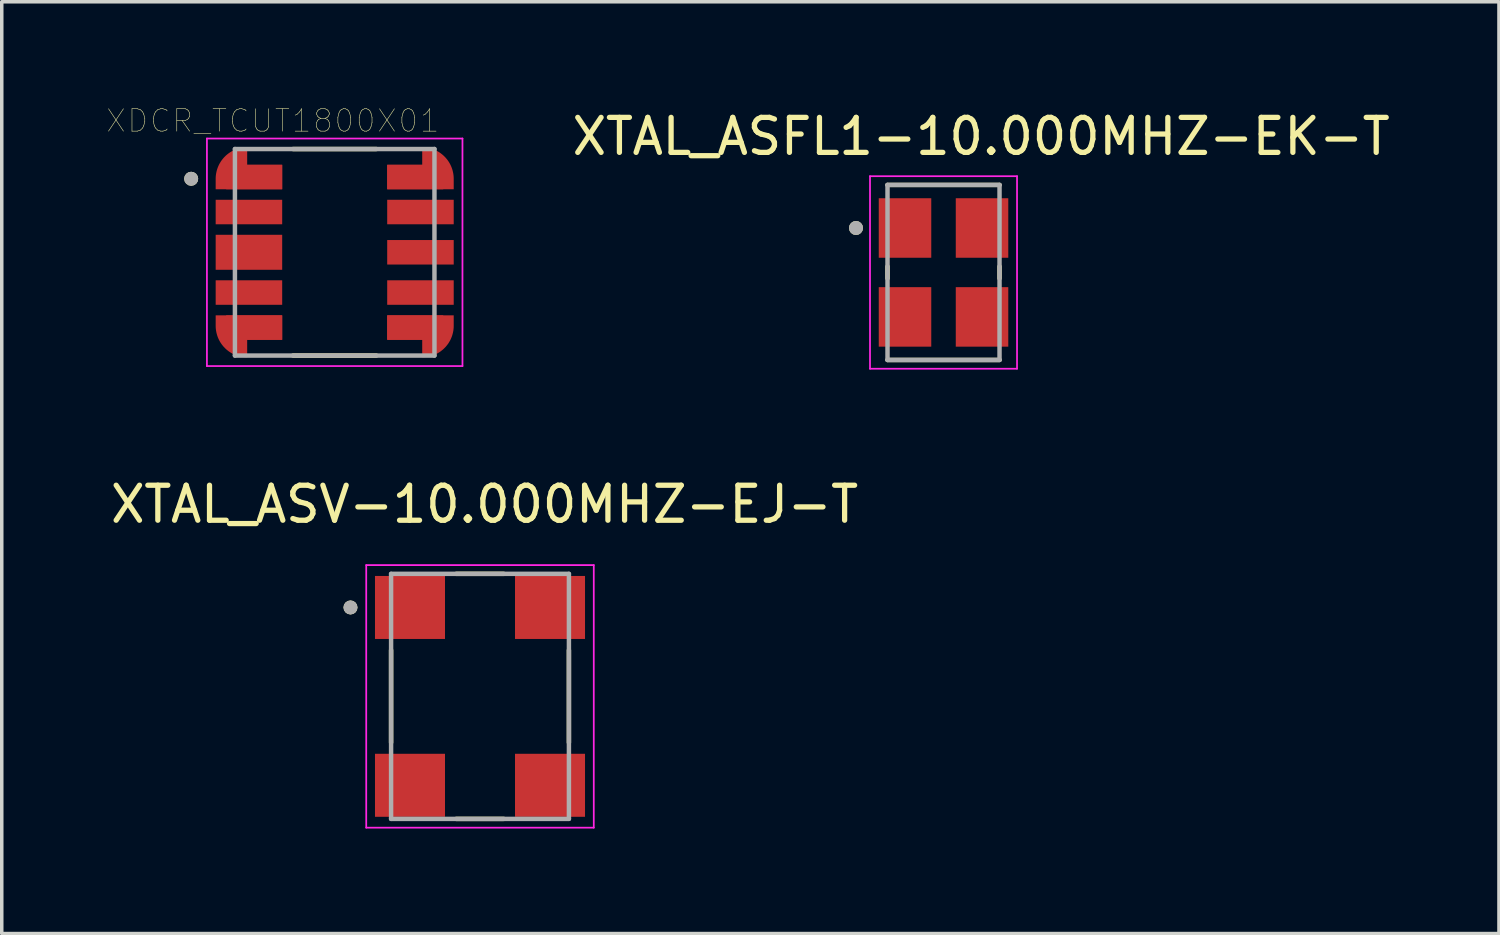
<source format=kicad_pcb>
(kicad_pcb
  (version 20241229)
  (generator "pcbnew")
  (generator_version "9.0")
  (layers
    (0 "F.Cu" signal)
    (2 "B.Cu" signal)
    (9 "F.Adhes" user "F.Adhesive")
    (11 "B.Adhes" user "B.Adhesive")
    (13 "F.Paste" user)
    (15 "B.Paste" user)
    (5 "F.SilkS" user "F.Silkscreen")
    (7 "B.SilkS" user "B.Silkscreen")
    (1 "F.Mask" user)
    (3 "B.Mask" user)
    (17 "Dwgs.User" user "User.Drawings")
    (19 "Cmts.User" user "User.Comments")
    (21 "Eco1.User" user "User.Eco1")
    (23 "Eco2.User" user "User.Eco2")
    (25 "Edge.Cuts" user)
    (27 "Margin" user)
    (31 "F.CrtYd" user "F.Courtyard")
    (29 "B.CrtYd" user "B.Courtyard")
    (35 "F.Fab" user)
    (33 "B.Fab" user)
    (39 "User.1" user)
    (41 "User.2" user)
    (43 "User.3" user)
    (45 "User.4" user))
  (footprint "XTAL_ASFL1-10.000MHZ-EK-T"
    (layer "F.Cu")
    (at 23.903 4.733)
    (property "Reference" "XTAL_ASFL1-10.000MHZ-EK-T" (at 1.075 -3.885 0) (layer "F.SilkS") (effects (font (size 1 1) (thickness 0.15))))
    (attr smd)
    (fp_line (start -1.6 -2.5) (end 1.6 -2.5) (stroke (width 0.127) (type solid)) (layer "F.SilkS"))
    (fp_line (start -1.6 -0.17) (end -1.6 0.17) (stroke (width 0.127) (type solid)) (layer "F.SilkS"))
    (fp_line (start -1.6 2.5) (end 1.6 2.5) (stroke (width 0.127) (type solid)) (layer "F.SilkS"))
    (fp_line (start 1.6 -0.17) (end 1.6 0.17) (stroke (width 0.127) (type solid)) (layer "F.SilkS"))
    (fp_circle (center -2.5 -1.27) (end -2.4 -1.27) (stroke (width 0.2) (type solid)) (fill no) (layer "F.SilkS"))
    (fp_line (start -2.1 -2.75) (end 2.1 -2.75) (stroke (width 0.05) (type solid)) (layer "F.CrtYd"))
    (fp_line (start -2.1 2.75) (end -2.1 -2.75) (stroke (width 0.05) (type solid)) (layer "F.CrtYd"))
    (fp_line (start 2.1 -2.75) (end 2.1 2.75) (stroke (width 0.05) (type solid)) (layer "F.CrtYd"))
    (fp_line (start 2.1 2.75) (end -2.1 2.75) (stroke (width 0.05) (type solid)) (layer "F.CrtYd"))
    (fp_line (start -1.6 -2.5) (end 1.6 -2.5) (stroke (width 0.127) (type solid)) (layer "F.Fab"))
    (fp_line (start -1.6 2.5) (end -1.6 -2.5) (stroke (width 0.127) (type solid)) (layer "F.Fab"))
    (fp_line (start 1.6 -2.5) (end 1.6 2.5) (stroke (width 0.127) (type solid)) (layer "F.Fab"))
    (fp_line (start 1.6 2.5) (end -1.6 2.5) (stroke (width 0.127) (type solid)) (layer "F.Fab"))
    (fp_circle (center -2.5 -1.27) (end -2.4 -1.27) (stroke (width 0.2) (type solid)) (fill no) (layer "F.Fab"))
    (pad "1" smd rect (at -1.1 -1.27) (size 1.5 1.7) (layers "F.Cu" "F.Mask" "F.Paste"))
    (pad "2" smd rect (at -1.1 1.27) (size 1.5 1.7) (layers "F.Cu" "F.Mask" "F.Paste"))
    (pad "3" smd rect (at 1.1 1.27) (size 1.5 1.7) (layers "F.Cu" "F.Mask" "F.Paste"))
    (pad "4" smd rect (at 1.1 -1.27) (size 1.5 1.7) (layers "F.Cu" "F.Mask" "F.Paste")))
  (footprint "XDCR_TCUT1800X01"
    (layer "F.Cu")
    (at 6.511 4.157)
    (property "Reference" "XDCR_TCUT1800X01" (at -1.768 -3.756 0) (layer "F.SilkS") (effects (font (size 0.64 0.64) (thickness 0.015))))
    (attr through_hole)
    (fp_poly (pts (xy -1.5 -1.8) (xy -3.4 -1.8) (xy -3.4 -2.1) (xy -3.399 -2.147) (xy -3.395 -2.194) (xy -3.389 -2.241) (xy -3.38 -2.287) (xy -3.369 -2.333) (xy -3.356 -2.378) (xy -3.34 -2.423) (xy -3.322 -2.466) (xy -3.302 -2.509) (xy -3.279 -2.55) (xy -3.255 -2.59) (xy -3.228 -2.629) (xy -3.199 -2.666) (xy -3.169 -2.702) (xy -3.136 -2.736) (xy -3.102 -2.769) (xy -3.066 -2.799) (xy -3.029 -2.828) (xy -2.99 -2.855) (xy -2.95 -2.879) (xy -2.909 -2.902) (xy -2.866 -2.922) (xy -2.823 -2.94) (xy -2.778 -2.956) (xy -2.733 -2.969) (xy -2.687 -2.98) (xy -2.641 -2.989) (xy -2.594 -2.995) (xy -2.547 -2.999) (xy -2.5 -3) (xy -2.5 -2.5) (xy -1.5 -2.5) (xy -1.5 -1.8)) (stroke (width 0.001) (type solid)) (fill yes) (layer "F.Cu"))
    (fp_poly (pts (xy -1.5 1.8) (xy -3.4 1.8) (xy -3.4 2.1) (xy -3.399 2.147) (xy -3.395 2.194) (xy -3.389 2.241) (xy -3.38 2.287) (xy -3.369 2.333) (xy -3.356 2.378) (xy -3.34 2.423) (xy -3.322 2.466) (xy -3.302 2.509) (xy -3.279 2.55) (xy -3.255 2.59) (xy -3.228 2.629) (xy -3.199 2.666) (xy -3.169 2.702) (xy -3.136 2.736) (xy -3.102 2.769) (xy -3.066 2.799) (xy -3.029 2.828) (xy -2.99 2.855) (xy -2.95 2.879) (xy -2.909 2.902) (xy -2.866 2.922) (xy -2.823 2.94) (xy -2.778 2.956) (xy -2.733 2.969) (xy -2.687 2.98) (xy -2.641 2.989) (xy -2.594 2.995) (xy -2.547 2.999) (xy -2.5 3) (xy -2.5 2.5) (xy -1.5 2.5) (xy -1.5 1.8)) (stroke (width 0.001) (type solid)) (fill yes) (layer "F.Cu"))
    (fp_poly (pts (xy 1.5 -1.8) (xy 3.4 -1.8) (xy 3.4 -2.1) (xy 3.399 -2.147) (xy 3.395 -2.194) (xy 3.389 -2.241) (xy 3.38 -2.287) (xy 3.369 -2.333) (xy 3.356 -2.378) (xy 3.34 -2.423) (xy 3.322 -2.466) (xy 3.302 -2.509) (xy 3.279 -2.55) (xy 3.255 -2.59) (xy 3.228 -2.629) (xy 3.199 -2.666) (xy 3.169 -2.702) (xy 3.136 -2.736) (xy 3.102 -2.769) (xy 3.066 -2.799) (xy 3.029 -2.828) (xy 2.99 -2.855) (xy 2.95 -2.879) (xy 2.909 -2.902) (xy 2.866 -2.922) (xy 2.823 -2.94) (xy 2.778 -2.956) (xy 2.733 -2.969) (xy 2.687 -2.98) (xy 2.641 -2.989) (xy 2.594 -2.995) (xy 2.547 -2.999) (xy 2.5 -3) (xy 2.5 -2.5) (xy 1.5 -2.5) (xy 1.5 -1.8)) (stroke (width 0.001) (type solid)) (fill yes) (layer "F.Cu"))
    (fp_poly (pts (xy 1.5 1.8) (xy 3.4 1.8) (xy 3.4 2.1) (xy 3.399 2.147) (xy 3.395 2.194) (xy 3.389 2.241) (xy 3.38 2.287) (xy 3.369 2.333) (xy 3.356 2.378) (xy 3.34 2.423) (xy 3.322 2.466) (xy 3.302 2.509) (xy 3.279 2.55) (xy 3.255 2.59) (xy 3.228 2.629) (xy 3.199 2.666) (xy 3.169 2.702) (xy 3.136 2.736) (xy 3.102 2.769) (xy 3.066 2.799) (xy 3.029 2.828) (xy 2.99 2.855) (xy 2.95 2.879) (xy 2.909 2.902) (xy 2.866 2.922) (xy 2.823 2.94) (xy 2.778 2.956) (xy 2.733 2.969) (xy 2.687 2.98) (xy 2.641 2.989) (xy 2.594 2.995) (xy 2.547 2.999) (xy 2.5 3) (xy 2.5 2.5) (xy 1.5 2.5) (xy 1.5 1.8)) (stroke (width 0.001) (type solid)) (fill yes) (layer "F.Cu"))
    (fp_poly (pts (xy -1.4 -1.7) (xy -3.5 -1.7) (xy -3.5 -2.1) (xy -3.495 -2.16) (xy -3.488 -2.214) (xy -3.478 -2.269) (xy -3.465 -2.322) (xy -3.45 -2.375) (xy -3.431 -2.427) (xy -3.41 -2.478) (xy -3.387 -2.527) (xy -3.36 -2.576) (xy -3.332 -2.623) (xy -3.3 -2.668) (xy -3.267 -2.712) (xy -3.231 -2.753) (xy -3.193 -2.793) (xy -3.153 -2.831) (xy -3.112 -2.867) (xy -3.068 -2.9) (xy -3.023 -2.932) (xy -2.976 -2.96) (xy -2.927 -2.987) (xy -2.878 -3.01) (xy -2.827 -3.031) (xy -2.775 -3.05) (xy -2.722 -3.065) (xy -2.669 -3.078) (xy -2.614 -3.088) (xy -2.56 -3.095) (xy -2.505 -3.1) (xy -2.45 -3.101) (xy -2.4 -3.1) (xy -2.4 -2.6) (xy -1.4 -2.6) (xy -1.4 -1.7)) (stroke (width 0.001) (type solid)) (fill yes) (layer "F.Mask"))
    (fp_poly (pts (xy -1.4 1.7) (xy -3.5 1.7) (xy -3.5 2.1) (xy -3.495 2.16) (xy -3.488 2.214) (xy -3.478 2.269) (xy -3.465 2.322) (xy -3.45 2.375) (xy -3.431 2.427) (xy -3.41 2.478) (xy -3.387 2.527) (xy -3.36 2.576) (xy -3.332 2.623) (xy -3.3 2.668) (xy -3.267 2.712) (xy -3.231 2.753) (xy -3.193 2.793) (xy -3.153 2.831) (xy -3.112 2.867) (xy -3.068 2.9) (xy -3.023 2.932) (xy -2.976 2.96) (xy -2.927 2.987) (xy -2.878 3.01) (xy -2.827 3.031) (xy -2.775 3.05) (xy -2.722 3.065) (xy -2.669 3.078) (xy -2.614 3.088) (xy -2.56 3.095) (xy -2.505 3.1) (xy -2.45 3.101) (xy -2.4 3.1) (xy -2.4 2.6) (xy -1.4 2.6) (xy -1.4 1.7)) (stroke (width 0.001) (type solid)) (fill yes) (layer "F.Mask"))
    (fp_poly (pts (xy 1.4 -1.7) (xy 3.5 -1.7) (xy 3.5 -2.1) (xy 3.495 -2.16) (xy 3.488 -2.214) (xy 3.478 -2.269) (xy 3.465 -2.322) (xy 3.45 -2.375) (xy 3.431 -2.427) (xy 3.41 -2.478) (xy 3.387 -2.527) (xy 3.36 -2.576) (xy 3.332 -2.623) (xy 3.3 -2.668) (xy 3.267 -2.712) (xy 3.231 -2.753) (xy 3.193 -2.793) (xy 3.153 -2.831) (xy 3.112 -2.867) (xy 3.068 -2.9) (xy 3.023 -2.932) (xy 2.976 -2.96) (xy 2.927 -2.987) (xy 2.878 -3.01) (xy 2.827 -3.031) (xy 2.775 -3.05) (xy 2.722 -3.065) (xy 2.669 -3.078) (xy 2.614 -3.088) (xy 2.56 -3.095) (xy 2.505 -3.1) (xy 2.45 -3.101) (xy 2.4 -3.1) (xy 2.4 -2.6) (xy 1.4 -2.6) (xy 1.4 -1.7)) (stroke (width 0.001) (type solid)) (fill yes) (layer "F.Mask"))
    (fp_poly (pts (xy 1.4 1.7) (xy 3.5 1.7) (xy 3.5 2.1) (xy 3.495 2.16) (xy 3.488 2.214) (xy 3.478 2.269) (xy 3.465 2.322) (xy 3.45 2.375) (xy 3.431 2.427) (xy 3.41 2.478) (xy 3.387 2.527) (xy 3.36 2.576) (xy 3.332 2.623) (xy 3.3 2.668) (xy 3.267 2.712) (xy 3.231 2.753) (xy 3.193 2.793) (xy 3.153 2.831) (xy 3.112 2.867) (xy 3.068 2.9) (xy 3.023 2.932) (xy 2.976 2.96) (xy 2.927 2.987) (xy 2.878 3.01) (xy 2.827 3.031) (xy 2.775 3.05) (xy 2.722 3.065) (xy 2.669 3.078) (xy 2.614 3.088) (xy 2.56 3.095) (xy 2.505 3.1) (xy 2.45 3.101) (xy 2.4 3.1) (xy 2.4 2.6) (xy 1.4 2.6) (xy 1.4 1.7)) (stroke (width 0.001) (type solid)) (fill yes) (layer "F.Mask"))
    (fp_line (start -1.19 -2.95) (end 1.19 -2.95) (stroke (width 0.127) (type solid)) (layer "F.SilkS"))
    (fp_line (start -1.19 2.95) (end 1.19 2.95) (stroke (width 0.127) (type solid)) (layer "F.SilkS"))
    (fp_circle (center -4.1 -2.1) (end -4 -2.1) (stroke (width 0.2) (type solid)) (fill no) (layer "F.SilkS"))
    (fp_poly (pts (xy -1.5 -1.8) (xy -3.4 -1.8) (xy -3.4 -2.1) (xy -3.399 -2.147) (xy -3.395 -2.194) (xy -3.389 -2.241) (xy -3.38 -2.287) (xy -3.369 -2.333) (xy -3.356 -2.378) (xy -3.34 -2.423) (xy -3.322 -2.466) (xy -3.302 -2.509) (xy -3.279 -2.55) (xy -3.255 -2.59) (xy -3.228 -2.629) (xy -3.199 -2.666) (xy -3.169 -2.702) (xy -3.136 -2.736) (xy -3.102 -2.769) (xy -3.066 -2.799) (xy -3.029 -2.828) (xy -2.99 -2.855) (xy -2.95 -2.879) (xy -2.909 -2.902) (xy -2.866 -2.922) (xy -2.823 -2.94) (xy -2.778 -2.956) (xy -2.733 -2.969) (xy -2.687 -2.98) (xy -2.641 -2.989) (xy -2.594 -2.995) (xy -2.547 -2.999) (xy -2.5 -3) (xy -2.5 -2.5) (xy -1.5 -2.5) (xy -1.5 -1.8)) (stroke (width 0.001) (type solid)) (fill yes) (layer "F.Paste"))
    (fp_poly (pts (xy -1.5 1.8) (xy -3.4 1.8) (xy -3.4 2.1) (xy -3.399 2.147) (xy -3.395 2.194) (xy -3.389 2.241) (xy -3.38 2.287) (xy -3.369 2.333) (xy -3.356 2.378) (xy -3.34 2.423) (xy -3.322 2.466) (xy -3.302 2.509) (xy -3.279 2.55) (xy -3.255 2.59) (xy -3.228 2.629) (xy -3.199 2.666) (xy -3.169 2.702) (xy -3.136 2.736) (xy -3.102 2.769) (xy -3.066 2.799) (xy -3.029 2.828) (xy -2.99 2.855) (xy -2.95 2.879) (xy -2.909 2.902) (xy -2.866 2.922) (xy -2.823 2.94) (xy -2.778 2.956) (xy -2.733 2.969) (xy -2.687 2.98) (xy -2.641 2.989) (xy -2.594 2.995) (xy -2.547 2.999) (xy -2.5 3) (xy -2.5 2.5) (xy -1.5 2.5) (xy -1.5 1.8)) (stroke (width 0.001) (type solid)) (fill yes) (layer "F.Paste"))
    (fp_poly (pts (xy 1.5 -1.8) (xy 3.4 -1.8) (xy 3.4 -2.1) (xy 3.399 -2.147) (xy 3.395 -2.194) (xy 3.389 -2.241) (xy 3.38 -2.287) (xy 3.369 -2.333) (xy 3.356 -2.378) (xy 3.34 -2.423) (xy 3.322 -2.466) (xy 3.302 -2.509) (xy 3.279 -2.55) (xy 3.255 -2.59) (xy 3.228 -2.629) (xy 3.199 -2.666) (xy 3.169 -2.702) (xy 3.136 -2.736) (xy 3.102 -2.769) (xy 3.066 -2.799) (xy 3.029 -2.828) (xy 2.99 -2.855) (xy 2.95 -2.879) (xy 2.909 -2.902) (xy 2.866 -2.922) (xy 2.823 -2.94) (xy 2.778 -2.956) (xy 2.733 -2.969) (xy 2.687 -2.98) (xy 2.641 -2.989) (xy 2.594 -2.995) (xy 2.547 -2.999) (xy 2.5 -3) (xy 2.5 -2.5) (xy 1.5 -2.5) (xy 1.5 -1.8)) (stroke (width 0.001) (type solid)) (fill yes) (layer "F.Paste"))
    (fp_poly (pts (xy 1.5 1.8) (xy 3.4 1.8) (xy 3.4 2.1) (xy 3.399 2.147) (xy 3.395 2.194) (xy 3.389 2.241) (xy 3.38 2.287) (xy 3.369 2.333) (xy 3.356 2.378) (xy 3.34 2.423) (xy 3.322 2.466) (xy 3.302 2.509) (xy 3.279 2.55) (xy 3.255 2.59) (xy 3.228 2.629) (xy 3.199 2.666) (xy 3.169 2.702) (xy 3.136 2.736) (xy 3.102 2.769) (xy 3.066 2.799) (xy 3.029 2.828) (xy 2.99 2.855) (xy 2.95 2.879) (xy 2.909 2.902) (xy 2.866 2.922) (xy 2.823 2.94) (xy 2.778 2.956) (xy 2.733 2.969) (xy 2.687 2.98) (xy 2.641 2.989) (xy 2.594 2.995) (xy 2.547 2.999) (xy 2.5 3) (xy 2.5 2.5) (xy 1.5 2.5) (xy 1.5 1.8)) (stroke (width 0.001) (type solid)) (fill yes) (layer "F.Paste"))
    (fp_line (start -3.65 -3.25) (end 3.65 -3.25) (stroke (width 0.05) (type solid)) (layer "F.CrtYd"))
    (fp_line (start -3.65 3.25) (end -3.65 -3.25) (stroke (width 0.05) (type solid)) (layer "F.CrtYd"))
    (fp_line (start 3.65 -3.25) (end 3.65 3.25) (stroke (width 0.05) (type solid)) (layer "F.CrtYd"))
    (fp_line (start 3.65 3.25) (end -3.65 3.25) (stroke (width 0.05) (type solid)) (layer "F.CrtYd"))
    (fp_line (start -2.85 -2.95) (end 2.85 -2.95) (stroke (width 0.127) (type solid)) (layer "F.Fab"))
    (fp_line (start -2.85 2.95) (end -2.85 -2.95) (stroke (width 0.127) (type solid)) (layer "F.Fab"))
    (fp_line (start 2.85 -2.95) (end 2.85 2.95) (stroke (width 0.127) (type solid)) (layer "F.Fab"))
    (fp_line (start 2.85 2.95) (end -2.85 2.95) (stroke (width 0.127) (type solid)) (layer "F.Fab"))
    (fp_circle (center -4.1 -2.1) (end -4 -2.1) (stroke (width 0.2) (type solid)) (fill no) (layer "F.Fab"))
    (pad "1" smd rect (at -2.3 -2.15) (size 1.6 0.7) (layers "F.Cu"))
    (pad "2" smd rect (at -2.45 -1.15) (size 1.9 0.7) (layers "F.Cu" "F.Mask" "F.Paste"))
    (pad "3" smd rect (at -2.45 0) (size 1.9 1) (layers "F.Cu" "F.Mask" "F.Paste"))
    (pad "4" smd rect (at -2.45 1.15) (size 1.9 0.7) (layers "F.Cu" "F.Mask" "F.Paste"))
    (pad "5" smd rect (at -2.3 2.15) (size 1.6 0.7) (layers "F.Cu"))
    (pad "6" smd rect (at 2.3 2.15) (size 1.6 0.7) (layers "F.Cu"))
    (pad "7" smd rect (at 2.45 1.15) (size 1.9 0.7) (layers "F.Cu" "F.Mask" "F.Paste"))
    (pad "8" smd rect (at 2.45 0) (size 1.9 0.7) (layers "F.Cu" "F.Mask" "F.Paste"))
    (pad "9" smd rect (at 2.45 -1.15) (size 1.9 0.7) (layers "F.Cu" "F.Mask" "F.Paste"))
    (pad "10" smd rect (at 2.3 -2.15) (size 1.6 0.7) (layers "F.Cu")))
  (footprint "XTAL_ASV-10.000MHZ-EJ-T"
    (layer "F.Cu")
    (at 10.662 16.843)
    (property "Reference" "XTAL_ASV-10.000MHZ-EJ-T" (at 0.13 -5.487 0) (layer "F.SilkS") (effects (font (size 1 1) (thickness 0.15))))
    (attr smd)
    (fp_line (start -2.54 -1.32) (end -2.54 1.32) (stroke (width 0.127) (type solid)) (layer "F.SilkS"))
    (fp_line (start -0.68 -3.5) (end 0.68 -3.5) (stroke (width 0.127) (type solid)) (layer "F.SilkS"))
    (fp_line (start -0.68 3.5) (end 0.68 3.5) (stroke (width 0.127) (type solid)) (layer "F.SilkS"))
    (fp_line (start 2.54 -1.32) (end 2.54 1.32) (stroke (width 0.127) (type solid)) (layer "F.SilkS"))
    (fp_circle (center -3.7 -2.54) (end -3.6 -2.54) (stroke (width 0.2) (type solid)) (fill no) (layer "F.SilkS"))
    (fp_line (start -3.25 -3.75) (end -3.25 3.75) (stroke (width 0.05) (type solid)) (layer "F.CrtYd"))
    (fp_line (start -3.25 3.75) (end 3.25 3.75) (stroke (width 0.05) (type solid)) (layer "F.CrtYd"))
    (fp_line (start 3.25 -3.75) (end -3.25 -3.75) (stroke (width 0.05) (type solid)) (layer "F.CrtYd"))
    (fp_line (start 3.25 3.75) (end 3.25 -3.75) (stroke (width 0.05) (type solid)) (layer "F.CrtYd"))
    (fp_line (start -2.54 -3.5) (end 2.54 -3.5) (stroke (width 0.127) (type solid)) (layer "F.Fab"))
    (fp_line (start -2.54 3.5) (end -2.54 -3.5) (stroke (width 0.127) (type solid)) (layer "F.Fab"))
    (fp_line (start 2.54 -3.5) (end 2.54 3.5) (stroke (width 0.127) (type solid)) (layer "F.Fab"))
    (fp_line (start 2.54 3.5) (end -2.54 3.5) (stroke (width 0.127) (type solid)) (layer "F.Fab"))
    (fp_circle (center -3.7 -2.54) (end -3.6 -2.54) (stroke (width 0.2) (type solid)) (fill no) (layer "F.Fab"))
    (pad "1" smd rect (at -2 -2.54) (size 2 1.8) (layers "F.Cu" "F.Mask" "F.Paste"))
    (pad "2" smd rect (at -2 2.54) (size 2 1.8) (layers "F.Cu" "F.Mask" "F.Paste"))
    (pad "3" smd rect (at 2 2.54) (size 2 1.8) (layers "F.Cu" "F.Mask" "F.Paste"))
    (pad "4" smd rect (at 2 -2.54) (size 2 1.8) (layers "F.Cu" "F.Mask" "F.Paste")))
  (gr_rect
    (start -3 -3)
    (end 39.77 23.618)
    (stroke (width 0.1) (type default))
    (fill no)
    (layer "Edge.Cuts")))
</source>
